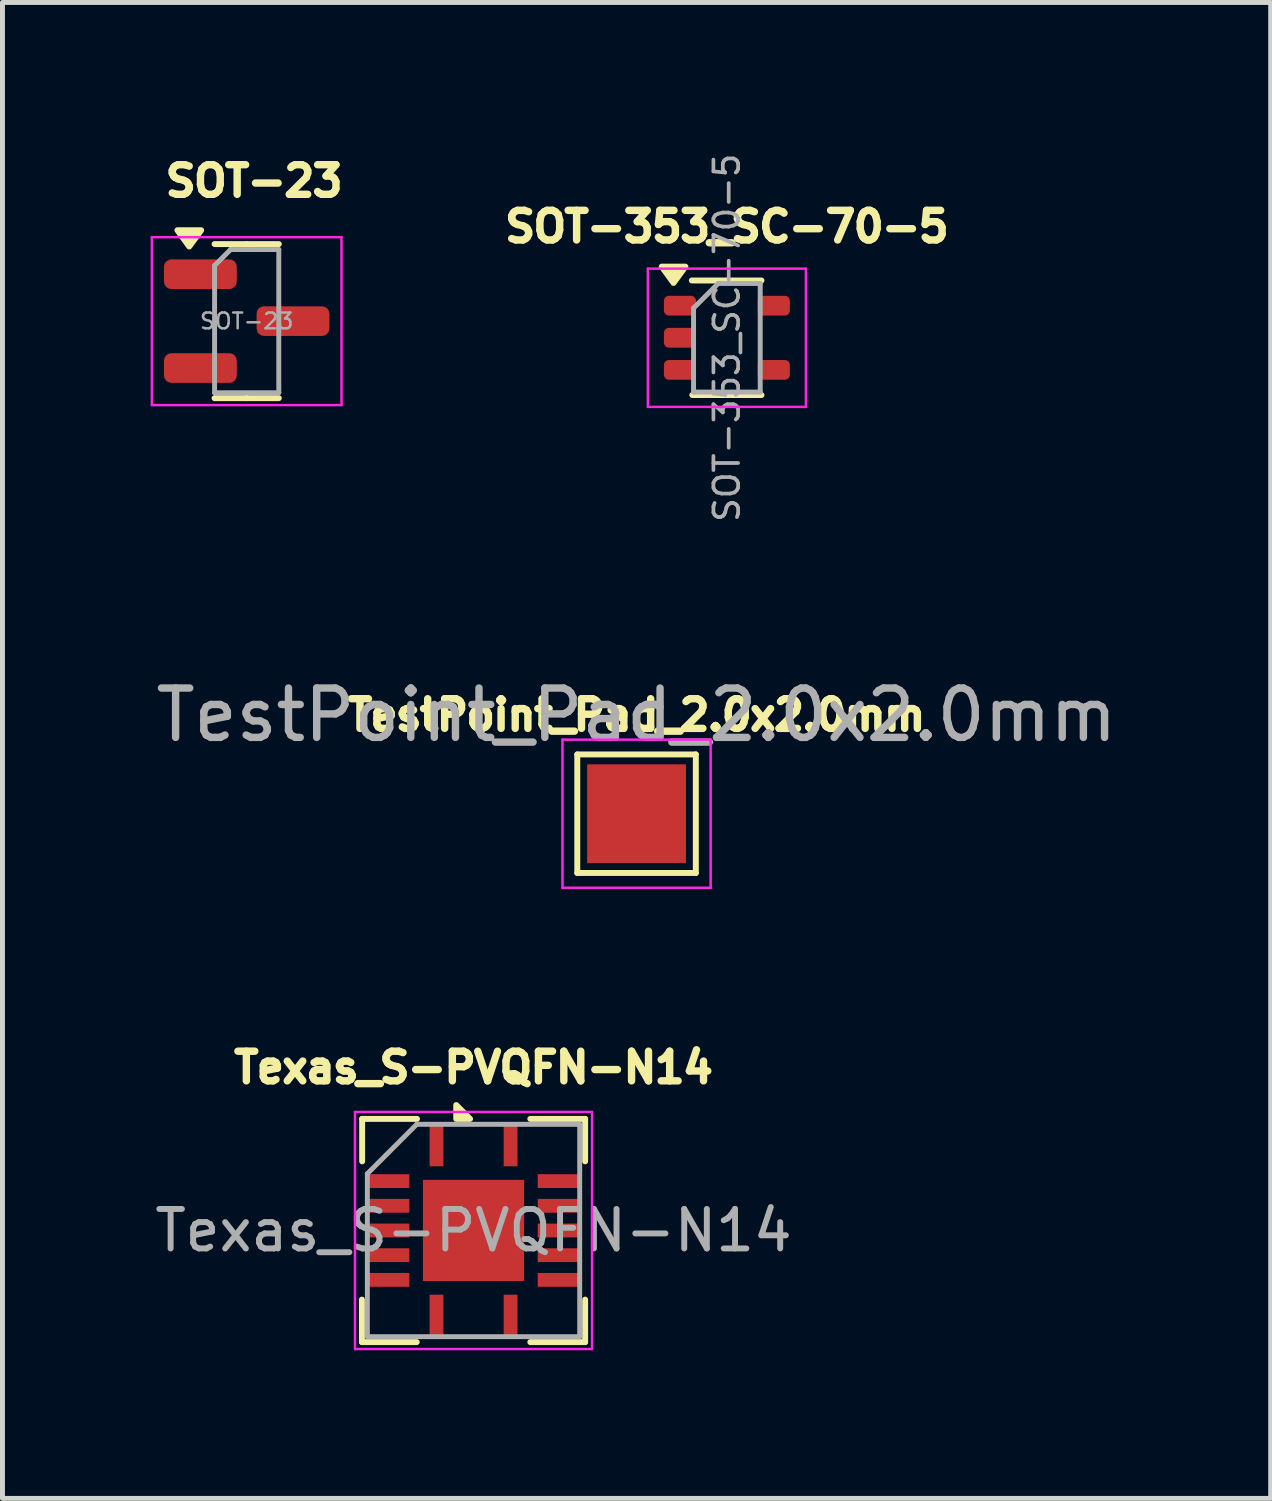
<source format=kicad_pcb>
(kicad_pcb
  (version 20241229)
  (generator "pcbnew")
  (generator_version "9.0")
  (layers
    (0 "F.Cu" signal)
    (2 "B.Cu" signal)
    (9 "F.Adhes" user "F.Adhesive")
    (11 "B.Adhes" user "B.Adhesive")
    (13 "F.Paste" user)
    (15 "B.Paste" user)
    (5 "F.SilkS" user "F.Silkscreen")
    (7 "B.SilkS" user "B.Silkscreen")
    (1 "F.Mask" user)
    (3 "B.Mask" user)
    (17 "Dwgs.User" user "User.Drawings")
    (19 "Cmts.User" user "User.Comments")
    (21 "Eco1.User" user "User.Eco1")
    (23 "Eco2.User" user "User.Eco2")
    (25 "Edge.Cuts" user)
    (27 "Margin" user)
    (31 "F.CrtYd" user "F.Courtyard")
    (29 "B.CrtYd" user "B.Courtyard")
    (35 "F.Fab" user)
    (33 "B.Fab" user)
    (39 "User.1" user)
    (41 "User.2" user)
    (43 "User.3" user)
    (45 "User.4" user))
  (footprint "SOT-23"
    (layer "F.Cu")
    (at 1.945 3.452)
    (property "Reference" "SOT-23" (at 0.15 -2.837 180) (layer "F.SilkS") (effects (font (size 0.6 0.6) (thickness 0.15))))
    (attr smd)
    (fp_line (start 0 -1.56) (end -0.65 -1.56) (stroke (width 0.12) (type solid)) (layer "F.SilkS"))
    (fp_line (start 0 -1.56) (end 0.65 -1.56) (stroke (width 0.12) (type solid)) (layer "F.SilkS"))
    (fp_line (start 0 1.56) (end -0.65 1.56) (stroke (width 0.12) (type solid)) (layer "F.SilkS"))
    (fp_line (start 0 1.56) (end 0.65 1.56) (stroke (width 0.12) (type solid)) (layer "F.SilkS"))
    (fp_poly (pts (xy -1.163 -1.51) (xy -1.403 -1.84) (xy -0.922 -1.84) (xy -1.163 -1.51)) (stroke (width 0.12) (type solid)) (fill yes) (layer "F.SilkS"))
    (fp_line (start -1.92 -1.7) (end -1.92 1.7) (stroke (width 0.05) (type solid)) (layer "F.CrtYd"))
    (fp_line (start -1.92 1.7) (end 1.92 1.7) (stroke (width 0.05) (type solid)) (layer "F.CrtYd"))
    (fp_line (start 1.92 -1.7) (end -1.92 -1.7) (stroke (width 0.05) (type solid)) (layer "F.CrtYd"))
    (fp_line (start 1.92 1.7) (end 1.92 -1.7) (stroke (width 0.05) (type solid)) (layer "F.CrtYd"))
    (fp_line (start -0.65 -1.125) (end -0.325 -1.45) (stroke (width 0.1) (type solid)) (layer "F.Fab"))
    (fp_line (start -0.65 1.45) (end -0.65 -1.125) (stroke (width 0.1) (type solid)) (layer "F.Fab"))
    (fp_line (start -0.325 -1.45) (end 0.65 -1.45) (stroke (width 0.1) (type solid)) (layer "F.Fab"))
    (fp_line (start 0.65 -1.45) (end 0.65 1.45) (stroke (width 0.1) (type solid)) (layer "F.Fab"))
    (fp_line (start 0.65 1.45) (end -0.65 1.45) (stroke (width 0.1) (type solid)) (layer "F.Fab"))
    (fp_text user "${REFERENCE}" (at 0 0 180) (layer "F.Fab") (effects (font (size 0.32 0.32) (thickness 0.05))))
    (pad "1" smd roundrect (at -0.938 -0.95) (size 1.475 0.6) (layers "F.Cu" "F.Mask" "F.Paste") (roundrect_rratio 0.25))
    (pad "2" smd roundrect (at -0.938 0.95) (size 1.475 0.6) (layers "F.Cu" "F.Mask" "F.Paste") (roundrect_rratio 0.25))
    (pad "3" smd roundrect (at 0.938 0) (size 1.475 0.6) (layers "F.Cu" "F.Mask" "F.Paste") (roundrect_rratio 0.25)))
  (footprint "TestPoint_Pad_2.0x2.0mm"
    (layer "F.Cu")
    (at 9.839 13.426)
    (property "Reference" "TestPoint_Pad_2.0x2.0mm" (at 0 -1.998 0) (layer "F.SilkS") (effects (font (size 0.6 0.6) (thickness 0.15))))
    (attr exclude_from_pos_files)
    (fp_line (start -1.2 -1.2) (end 1.2 -1.2) (stroke (width 0.12) (type solid)) (layer "F.SilkS"))
    (fp_line (start -1.2 1.2) (end -1.2 -1.2) (stroke (width 0.12) (type solid)) (layer "F.SilkS"))
    (fp_line (start 1.2 -1.2) (end 1.2 1.2) (stroke (width 0.12) (type solid)) (layer "F.SilkS"))
    (fp_line (start 1.2 1.2) (end -1.2 1.2) (stroke (width 0.12) (type solid)) (layer "F.SilkS"))
    (fp_line (start -1.5 -1.5) (end -1.5 1.5) (stroke (width 0.05) (type solid)) (layer "F.CrtYd"))
    (fp_line (start -1.5 -1.5) (end 1.5 -1.5) (stroke (width 0.05) (type solid)) (layer "F.CrtYd"))
    (fp_line (start 1.5 1.5) (end -1.5 1.5) (stroke (width 0.05) (type solid)) (layer "F.CrtYd"))
    (fp_line (start 1.5 1.5) (end 1.5 -1.5) (stroke (width 0.05) (type solid)) (layer "F.CrtYd"))
    (fp_text user "${REFERENCE}" (at 0 -2 0) (layer "F.Fab") (effects (font (size 1 1) (thickness 0.15))))
    (pad "1" smd rect (at 0 0) (size 2 2) (layers "F.Cu" "F.Mask")))
  (footprint "Texas_S-PVQFN-N14"
    (layer "F.Cu")
    (at 6.538 21.865)
    (property "Reference" "Texas_S-PVQFN-N14" (at 0 -3.3 180) (layer "F.SilkS") (effects (font (size 0.6 0.6) (thickness 0.15))))
    (attr smd)
    (fp_line (start -2.26 2.26) (end -2.26 1.4) (stroke (width 0.12) (type default)) (layer "F.SilkS"))
    (fp_line (start -2.255 -1.4) (end -2.255 -2.26) (stroke (width 0.12) (type solid)) (layer "F.SilkS"))
    (fp_line (start -1.15 2.26) (end -2.26 2.26) (stroke (width 0.12) (type default)) (layer "F.SilkS"))
    (fp_line (start -1.145 -2.26) (end -2.255 -2.26) (stroke (width 0.12) (type solid)) (layer "F.SilkS"))
    (fp_line (start 1.15 -2.26) (end 2.26 -2.26) (stroke (width 0.12) (type default)) (layer "F.SilkS"))
    (fp_line (start 1.15 2.26) (end 2.26 2.26) (stroke (width 0.12) (type default)) (layer "F.SilkS"))
    (fp_line (start 2.26 -2.26) (end 2.26 -1.4) (stroke (width 0.12) (type default)) (layer "F.SilkS"))
    (fp_line (start 2.26 2.26) (end 2.26 1.4) (stroke (width 0.12) (type default)) (layer "F.SilkS"))
    (fp_poly (pts (xy -0.35 -2.26) (xy -0.35 -2.54) (xy -0.07 -2.26) (xy -0.35 -2.26)) (stroke (width 0.12) (type solid)) (fill yes) (layer "F.SilkS"))
    (fp_line (start -2.4 -2.4) (end 2.4 -2.4) (stroke (width 0.05) (type solid)) (layer "F.CrtYd"))
    (fp_line (start -2.4 2.4) (end -2.4 -2.4) (stroke (width 0.05) (type solid)) (layer "F.CrtYd"))
    (fp_line (start 2.4 -2.4) (end 2.4 2.4) (stroke (width 0.05) (type solid)) (layer "F.CrtYd"))
    (fp_line (start 2.4 2.4) (end -2.4 2.4) (stroke (width 0.05) (type solid)) (layer "F.CrtYd"))
    (fp_line (start -2.15 2.15) (end -2.15 -1.15) (stroke (width 0.1) (type solid)) (layer "F.Fab"))
    (fp_line (start -1.15 -2.15) (end -2.15 -1.15) (stroke (width 0.1) (type solid)) (layer "F.Fab"))
    (fp_line (start -1.15 -2.15) (end 2.15 -2.15) (stroke (width 0.1) (type solid)) (layer "F.Fab"))
    (fp_line (start 2.15 -2.15) (end 2.15 2.15) (stroke (width 0.1) (type solid)) (layer "F.Fab"))
    (fp_line (start 2.15 2.15) (end -2.15 2.15) (stroke (width 0.1) (type solid)) (layer "F.Fab"))
    (fp_text user "${REFERENCE}" (at 0 0 180) (layer "F.Fab") (effects (font (size 0.8 0.8) (thickness 0.12))))
    (pad "" smd rect (at -0.56 -0.56 270) (size 0.82 0.82) (layers "F.Paste"))
    (pad "" smd rect (at -0.56 0.56 270) (size 0.82 0.82) (layers "F.Paste"))
    (pad "" smd rect (at 0.56 -0.56 270) (size 0.82 0.82) (layers "F.Paste"))
    (pad "" smd rect (at 0.56 0.56 270) (size 0.82 0.82) (layers "F.Paste"))
    (pad "1" smd rect (at -0.75 -1.725 270) (size 0.85 0.28) (layers "F.Cu" "F.Mask" "F.Paste"))
    (pad "2" smd rect (at -1.725 -1 270) (size 0.28 0.85) (layers "F.Cu" "F.Mask" "F.Paste"))
    (pad "3" smd rect (at -1.725 -0.5 270) (size 0.28 0.85) (layers "F.Cu" "F.Mask" "F.Paste"))
    (pad "4" smd rect (at -1.725 0 270) (size 0.28 0.85) (layers "F.Cu" "F.Mask" "F.Paste"))
    (pad "5" smd rect (at -1.725 0.5 270) (size 0.28 0.85) (layers "F.Cu" "F.Mask" "F.Paste"))
    (pad "6" smd rect (at -1.725 1 270) (size 0.28 0.85) (layers "F.Cu" "F.Mask" "F.Paste"))
    (pad "7" smd rect (at -0.75 1.725 270) (size 0.85 0.28) (layers "F.Cu" "F.Mask" "F.Paste"))
    (pad "8" smd rect (at 0.75 1.725 270) (size 0.85 0.28) (layers "F.Cu" "F.Mask" "F.Paste"))
    (pad "9" smd rect (at 1.725 1 270) (size 0.28 0.85) (layers "F.Cu" "F.Mask" "F.Paste"))
    (pad "10" smd rect (at 1.725 0.5 270) (size 0.28 0.85) (layers "F.Cu" "F.Mask" "F.Paste"))
    (pad "11" smd rect (at 1.725 0 270) (size 0.28 0.85) (layers "F.Cu" "F.Mask" "F.Paste"))
    (pad "12" smd rect (at 1.725 -0.5 270) (size 0.28 0.85) (layers "F.Cu" "F.Mask" "F.Paste"))
    (pad "13" smd rect (at 1.725 -1 270) (size 0.28 0.85) (layers "F.Cu" "F.Mask" "F.Paste"))
    (pad "14" smd rect (at 0.75 -1.725 270) (size 0.85 0.28) (layers "F.Cu" "F.Mask" "F.Paste"))
    (pad "15" smd rect (at 0 0 270) (size 2.05 2.05) (layers "F.Cu" "F.Mask")))
  (footprint "SOT-353_SC-70-5"
    (layer "F.Cu")
    (at 11.668 3.789)
    (property "Reference" "SOT-353_SC-70-5" (at 0 -2.25 180) (layer "F.SilkS") (effects (font (size 0.6 0.6) (thickness 0.15) (bold yes))))
    (attr smd)
    (fp_line (start -0.71 -1.16) (end 0.7 -1.16) (stroke (width 0.12) (type solid)) (layer "F.SilkS"))
    (fp_line (start -0.7 1.16) (end 0.7 1.16) (stroke (width 0.12) (type solid)) (layer "F.SilkS"))
    (fp_poly (pts (xy -1.08 -1.11) (xy -1.32 -1.44) (xy -0.84 -1.44) (xy -1.08 -1.11)) (stroke (width 0.12) (type solid)) (fill yes) (layer "F.SilkS"))
    (fp_line (start -1.6 -1.4) (end -1.6 1.4) (stroke (width 0.05) (type solid)) (layer "F.CrtYd"))
    (fp_line (start -1.6 -1.4) (end 1.6 -1.4) (stroke (width 0.05) (type solid)) (layer "F.CrtYd"))
    (fp_line (start -1.6 1.4) (end 1.6 1.4) (stroke (width 0.05) (type solid)) (layer "F.CrtYd"))
    (fp_line (start 1.6 1.4) (end 1.6 -1.4) (stroke (width 0.05) (type solid)) (layer "F.CrtYd"))
    (fp_line (start -0.675 -0.6) (end -0.675 1.1) (stroke (width 0.1) (type solid)) (layer "F.Fab"))
    (fp_line (start -0.175 -1.1) (end -0.675 -0.6) (stroke (width 0.1) (type solid)) (layer "F.Fab"))
    (fp_line (start 0.675 -1.1) (end -0.175 -1.1) (stroke (width 0.1) (type solid)) (layer "F.Fab"))
    (fp_line (start 0.675 -1.1) (end 0.675 1.1) (stroke (width 0.1) (type solid)) (layer "F.Fab"))
    (fp_line (start 0.675 1.1) (end -0.675 1.1) (stroke (width 0.1) (type solid)) (layer "F.Fab"))
    (fp_text user "${REFERENCE}" (at 0 0 270) (layer "F.Fab") (effects (font (size 0.5 0.5) (thickness 0.075))))
    (pad "1" smd roundrect (at -0.95 -0.65) (size 0.65 0.4) (layers "F.Cu" "F.Mask" "F.Paste") (roundrect_rratio 0.25))
    (pad "2" smd roundrect (at -0.95 0) (size 0.65 0.4) (layers "F.Cu" "F.Mask" "F.Paste") (roundrect_rratio 0.25))
    (pad "3" smd roundrect (at -0.95 0.65) (size 0.65 0.4) (layers "F.Cu" "F.Mask" "F.Paste") (roundrect_rratio 0.25))
    (pad "4" smd roundrect (at 0.95 0.65) (size 0.65 0.4) (layers "F.Cu" "F.Mask" "F.Paste") (roundrect_rratio 0.25))
    (pad "5" smd roundrect (at 0.95 -0.65) (size 0.65 0.4) (layers "F.Cu" "F.Mask" "F.Paste") (roundrect_rratio 0.25)))
  (gr_rect
    (start -3 -3)
    (end 22.679 27.29)
    (stroke (width 0.1) (type default))
    (fill no)
    (layer "Edge.Cuts")))
</source>
